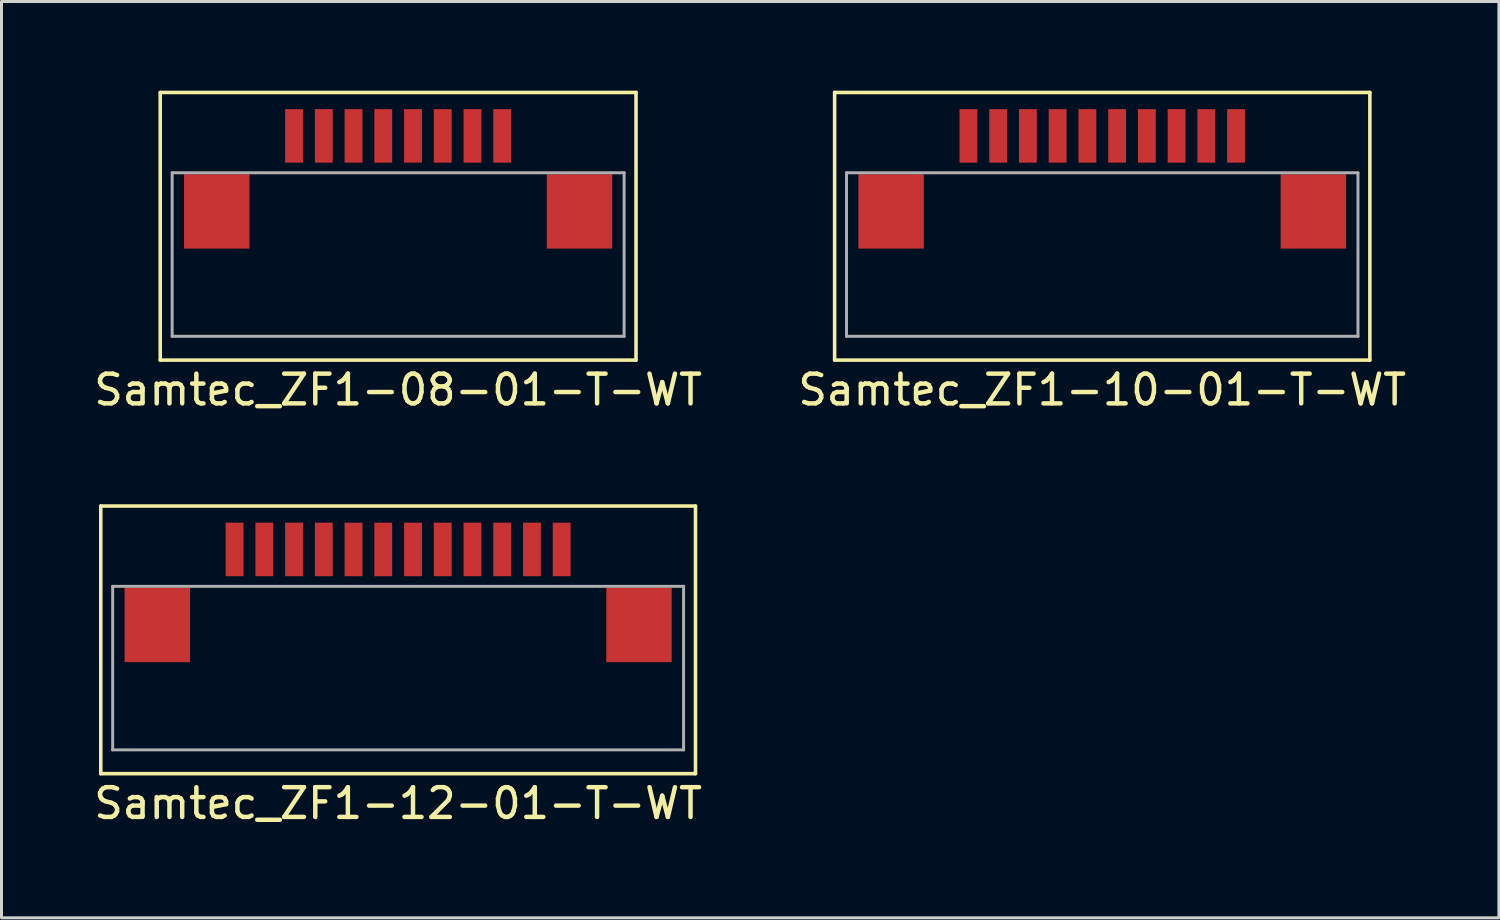
<source format=kicad_pcb>
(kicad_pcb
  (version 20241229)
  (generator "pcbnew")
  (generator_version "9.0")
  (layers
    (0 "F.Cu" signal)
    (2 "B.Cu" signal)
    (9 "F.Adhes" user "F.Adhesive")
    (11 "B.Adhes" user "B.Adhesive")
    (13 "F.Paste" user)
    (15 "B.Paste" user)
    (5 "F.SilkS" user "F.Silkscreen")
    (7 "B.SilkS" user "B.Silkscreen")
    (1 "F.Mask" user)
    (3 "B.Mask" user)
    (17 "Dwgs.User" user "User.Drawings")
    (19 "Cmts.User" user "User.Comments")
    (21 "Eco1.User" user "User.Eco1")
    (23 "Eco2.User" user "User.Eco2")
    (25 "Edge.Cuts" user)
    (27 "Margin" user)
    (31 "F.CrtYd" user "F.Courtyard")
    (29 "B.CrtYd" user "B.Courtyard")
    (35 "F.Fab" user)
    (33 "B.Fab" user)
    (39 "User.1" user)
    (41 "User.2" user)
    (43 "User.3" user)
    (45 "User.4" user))
  (footprint "Samtec_ZF1-08-01-T-WT"
    (layer "F.Cu")
    (at 10.339 4.06)
    (property "Reference" "Samtec_ZF1-08-01-T-WT" (at 0 6 0) (layer "F.SilkS") (effects (font (size 1 1) (thickness 0.15))))
    (attr smd)
    (fp_line (start -8 -4) (end -8 5) (stroke (width 0.12) (type solid)) (layer "F.SilkS"))
    (fp_line (start -8 -4) (end 8 -4) (stroke (width 0.12) (type solid)) (layer "F.SilkS"))
    (fp_line (start -8 5) (end 8 5) (stroke (width 0.12) (type solid)) (layer "F.SilkS"))
    (fp_line (start 8 -4) (end 8 5) (stroke (width 0.12) (type solid)) (layer "F.SilkS"))
    (fp_line (start -7.6 4.2) (end -7.6 -1.3) (stroke (width 0.1) (type solid)) (layer "F.Fab"))
    (fp_line (start -7.6 4.2) (end 7.6 4.2) (stroke (width 0.1) (type solid)) (layer "F.Fab"))
    (fp_line (start 7.6 -1.3) (end -7.6 -1.3) (stroke (width 0.1) (type solid)) (layer "F.Fab"))
    (fp_line (start 7.6 4.2) (end 7.6 -1.3) (stroke (width 0.1) (type solid)) (layer "F.Fab"))
    (pad "1" smd rect (at -3.5 -2.54) (size 0.6 1.8) (layers "F.Cu" "F.Mask" "F.Paste"))
    (pad "2" smd rect (at -2.5 -2.54) (size 0.6 1.8) (layers "F.Cu" "F.Mask" "F.Paste"))
    (pad "3" smd rect (at -1.5 -2.54) (size 0.6 1.8) (layers "F.Cu" "F.Mask" "F.Paste"))
    (pad "4" smd rect (at -0.5 -2.54) (size 0.6 1.8) (layers "F.Cu" "F.Mask" "F.Paste"))
    (pad "5" smd rect (at 0.5 -2.54) (size 0.6 1.8) (layers "F.Cu" "F.Mask" "F.Paste"))
    (pad "6" smd rect (at 1.5 -2.54) (size 0.6 1.8) (layers "F.Cu" "F.Mask" "F.Paste"))
    (pad "7" smd rect (at 2.5 -2.54) (size 0.6 1.8) (layers "F.Cu" "F.Mask" "F.Paste"))
    (pad "8" smd rect (at 3.5 -2.54) (size 0.6 1.8) (layers "F.Cu" "F.Mask" "F.Paste"))
    (pad "WP" smd rect (at -6.1 0) (size 2.2 2.5) (layers "F.Cu" "F.Mask" "F.Paste"))
    (pad "WP" smd rect (at 6.1 0) (size 2.2 2.5) (layers "F.Cu" "F.Mask" "F.Paste")))
  (footprint "Samtec_ZF1-10-01-T-WT"
    (layer "F.Cu")
    (at 34.018 4.06)
    (property "Reference" "Samtec_ZF1-10-01-T-WT" (at 0 6 0) (layer "F.SilkS") (effects (font (size 1 1) (thickness 0.15))))
    (attr smd)
    (fp_line (start -9 -4) (end -9 5) (stroke (width 0.12) (type solid)) (layer "F.SilkS"))
    (fp_line (start -9 -4) (end 9 -4) (stroke (width 0.12) (type solid)) (layer "F.SilkS"))
    (fp_line (start -9 5) (end 9 5) (stroke (width 0.12) (type solid)) (layer "F.SilkS"))
    (fp_line (start 9 -4) (end 9 5) (stroke (width 0.12) (type solid)) (layer "F.SilkS"))
    (fp_line (start -8.6 4.2) (end -8.6 -1.3) (stroke (width 0.1) (type solid)) (layer "F.Fab"))
    (fp_line (start -8.6 4.2) (end 8.6 4.2) (stroke (width 0.1) (type solid)) (layer "F.Fab"))
    (fp_line (start 8.6 -1.3) (end -8.6 -1.3) (stroke (width 0.1) (type solid)) (layer "F.Fab"))
    (fp_line (start 8.6 4.2) (end 8.6 -1.3) (stroke (width 0.1) (type solid)) (layer "F.Fab"))
    (pad "1" smd rect (at -4.5 -2.54) (size 0.6 1.8) (layers "F.Cu" "F.Mask" "F.Paste"))
    (pad "2" smd rect (at -3.5 -2.54) (size 0.6 1.8) (layers "F.Cu" "F.Mask" "F.Paste"))
    (pad "3" smd rect (at -2.5 -2.54) (size 0.6 1.8) (layers "F.Cu" "F.Mask" "F.Paste"))
    (pad "4" smd rect (at -1.5 -2.54) (size 0.6 1.8) (layers "F.Cu" "F.Mask" "F.Paste"))
    (pad "5" smd rect (at -0.5 -2.54) (size 0.6 1.8) (layers "F.Cu" "F.Mask" "F.Paste"))
    (pad "6" smd rect (at 0.5 -2.54) (size 0.6 1.8) (layers "F.Cu" "F.Mask" "F.Paste"))
    (pad "7" smd rect (at 1.5 -2.54) (size 0.6 1.8) (layers "F.Cu" "F.Mask" "F.Paste"))
    (pad "8" smd rect (at 2.5 -2.54) (size 0.6 1.8) (layers "F.Cu" "F.Mask" "F.Paste"))
    (pad "9" smd rect (at 3.5 -2.54) (size 0.6 1.8) (layers "F.Cu" "F.Mask" "F.Paste"))
    (pad "10" smd rect (at 4.5 -2.54) (size 0.6 1.8) (layers "F.Cu" "F.Mask" "F.Paste"))
    (pad "WP" smd rect (at -7.1 0) (size 2.2 2.5) (layers "F.Cu" "F.Mask" "F.Paste"))
    (pad "WP" smd rect (at 7.1 0) (size 2.2 2.5) (layers "F.Cu" "F.Mask" "F.Paste")))
  (footprint "Samtec_ZF1-12-01-T-WT"
    (layer "F.Cu")
    (at 10.339 17.968)
    (property "Reference" "Samtec_ZF1-12-01-T-WT" (at 0 6 0) (layer "F.SilkS") (effects (font (size 1 1) (thickness 0.15))))
    (attr smd)
    (fp_line (start -10 -4) (end -10 5) (stroke (width 0.12) (type solid)) (layer "F.SilkS"))
    (fp_line (start -10 -4) (end 10 -4) (stroke (width 0.12) (type solid)) (layer "F.SilkS"))
    (fp_line (start -10 5) (end 10 5) (stroke (width 0.12) (type solid)) (layer "F.SilkS"))
    (fp_line (start 10 -4) (end 10 5) (stroke (width 0.12) (type solid)) (layer "F.SilkS"))
    (fp_line (start -9.6 4.2) (end -9.6 -1.3) (stroke (width 0.1) (type solid)) (layer "F.Fab"))
    (fp_line (start -9.6 4.2) (end 9.6 4.2) (stroke (width 0.1) (type solid)) (layer "F.Fab"))
    (fp_line (start 9.6 -1.3) (end -9.6 -1.3) (stroke (width 0.1) (type solid)) (layer "F.Fab"))
    (fp_line (start 9.6 4.2) (end 9.6 -1.3) (stroke (width 0.1) (type solid)) (layer "F.Fab"))
    (pad "1" smd rect (at -5.5 -2.54) (size 0.6 1.8) (layers "F.Cu" "F.Mask" "F.Paste"))
    (pad "2" smd rect (at -4.5 -2.54) (size 0.6 1.8) (layers "F.Cu" "F.Mask" "F.Paste"))
    (pad "3" smd rect (at -3.5 -2.54) (size 0.6 1.8) (layers "F.Cu" "F.Mask" "F.Paste"))
    (pad "4" smd rect (at -2.5 -2.54) (size 0.6 1.8) (layers "F.Cu" "F.Mask" "F.Paste"))
    (pad "5" smd rect (at -1.5 -2.54) (size 0.6 1.8) (layers "F.Cu" "F.Mask" "F.Paste"))
    (pad "6" smd rect (at -0.5 -2.54) (size 0.6 1.8) (layers "F.Cu" "F.Mask" "F.Paste"))
    (pad "7" smd rect (at 0.5 -2.54) (size 0.6 1.8) (layers "F.Cu" "F.Mask" "F.Paste"))
    (pad "8" smd rect (at 1.5 -2.54) (size 0.6 1.8) (layers "F.Cu" "F.Mask" "F.Paste"))
    (pad "9" smd rect (at 2.5 -2.54) (size 0.6 1.8) (layers "F.Cu" "F.Mask" "F.Paste"))
    (pad "10" smd rect (at 3.5 -2.54) (size 0.6 1.8) (layers "F.Cu" "F.Mask" "F.Paste"))
    (pad "11" smd rect (at 4.5 -2.54) (size 0.6 1.8) (layers "F.Cu" "F.Mask" "F.Paste"))
    (pad "12" smd rect (at 5.5 -2.54) (size 0.6 1.8) (layers "F.Cu" "F.Mask" "F.Paste"))
    (pad "WP" smd rect (at -8.1 0) (size 2.2 2.5) (layers "F.Cu" "F.Mask" "F.Paste"))
    (pad "WP" smd rect (at 8.1 0) (size 2.2 2.5) (layers "F.Cu" "F.Mask" "F.Paste")))
  (gr_rect
    (start -3 -3)
    (end 47.357 27.817)
    (stroke (width 0.1) (type default))
    (fill no)
    (layer "Edge.Cuts")))
</source>
